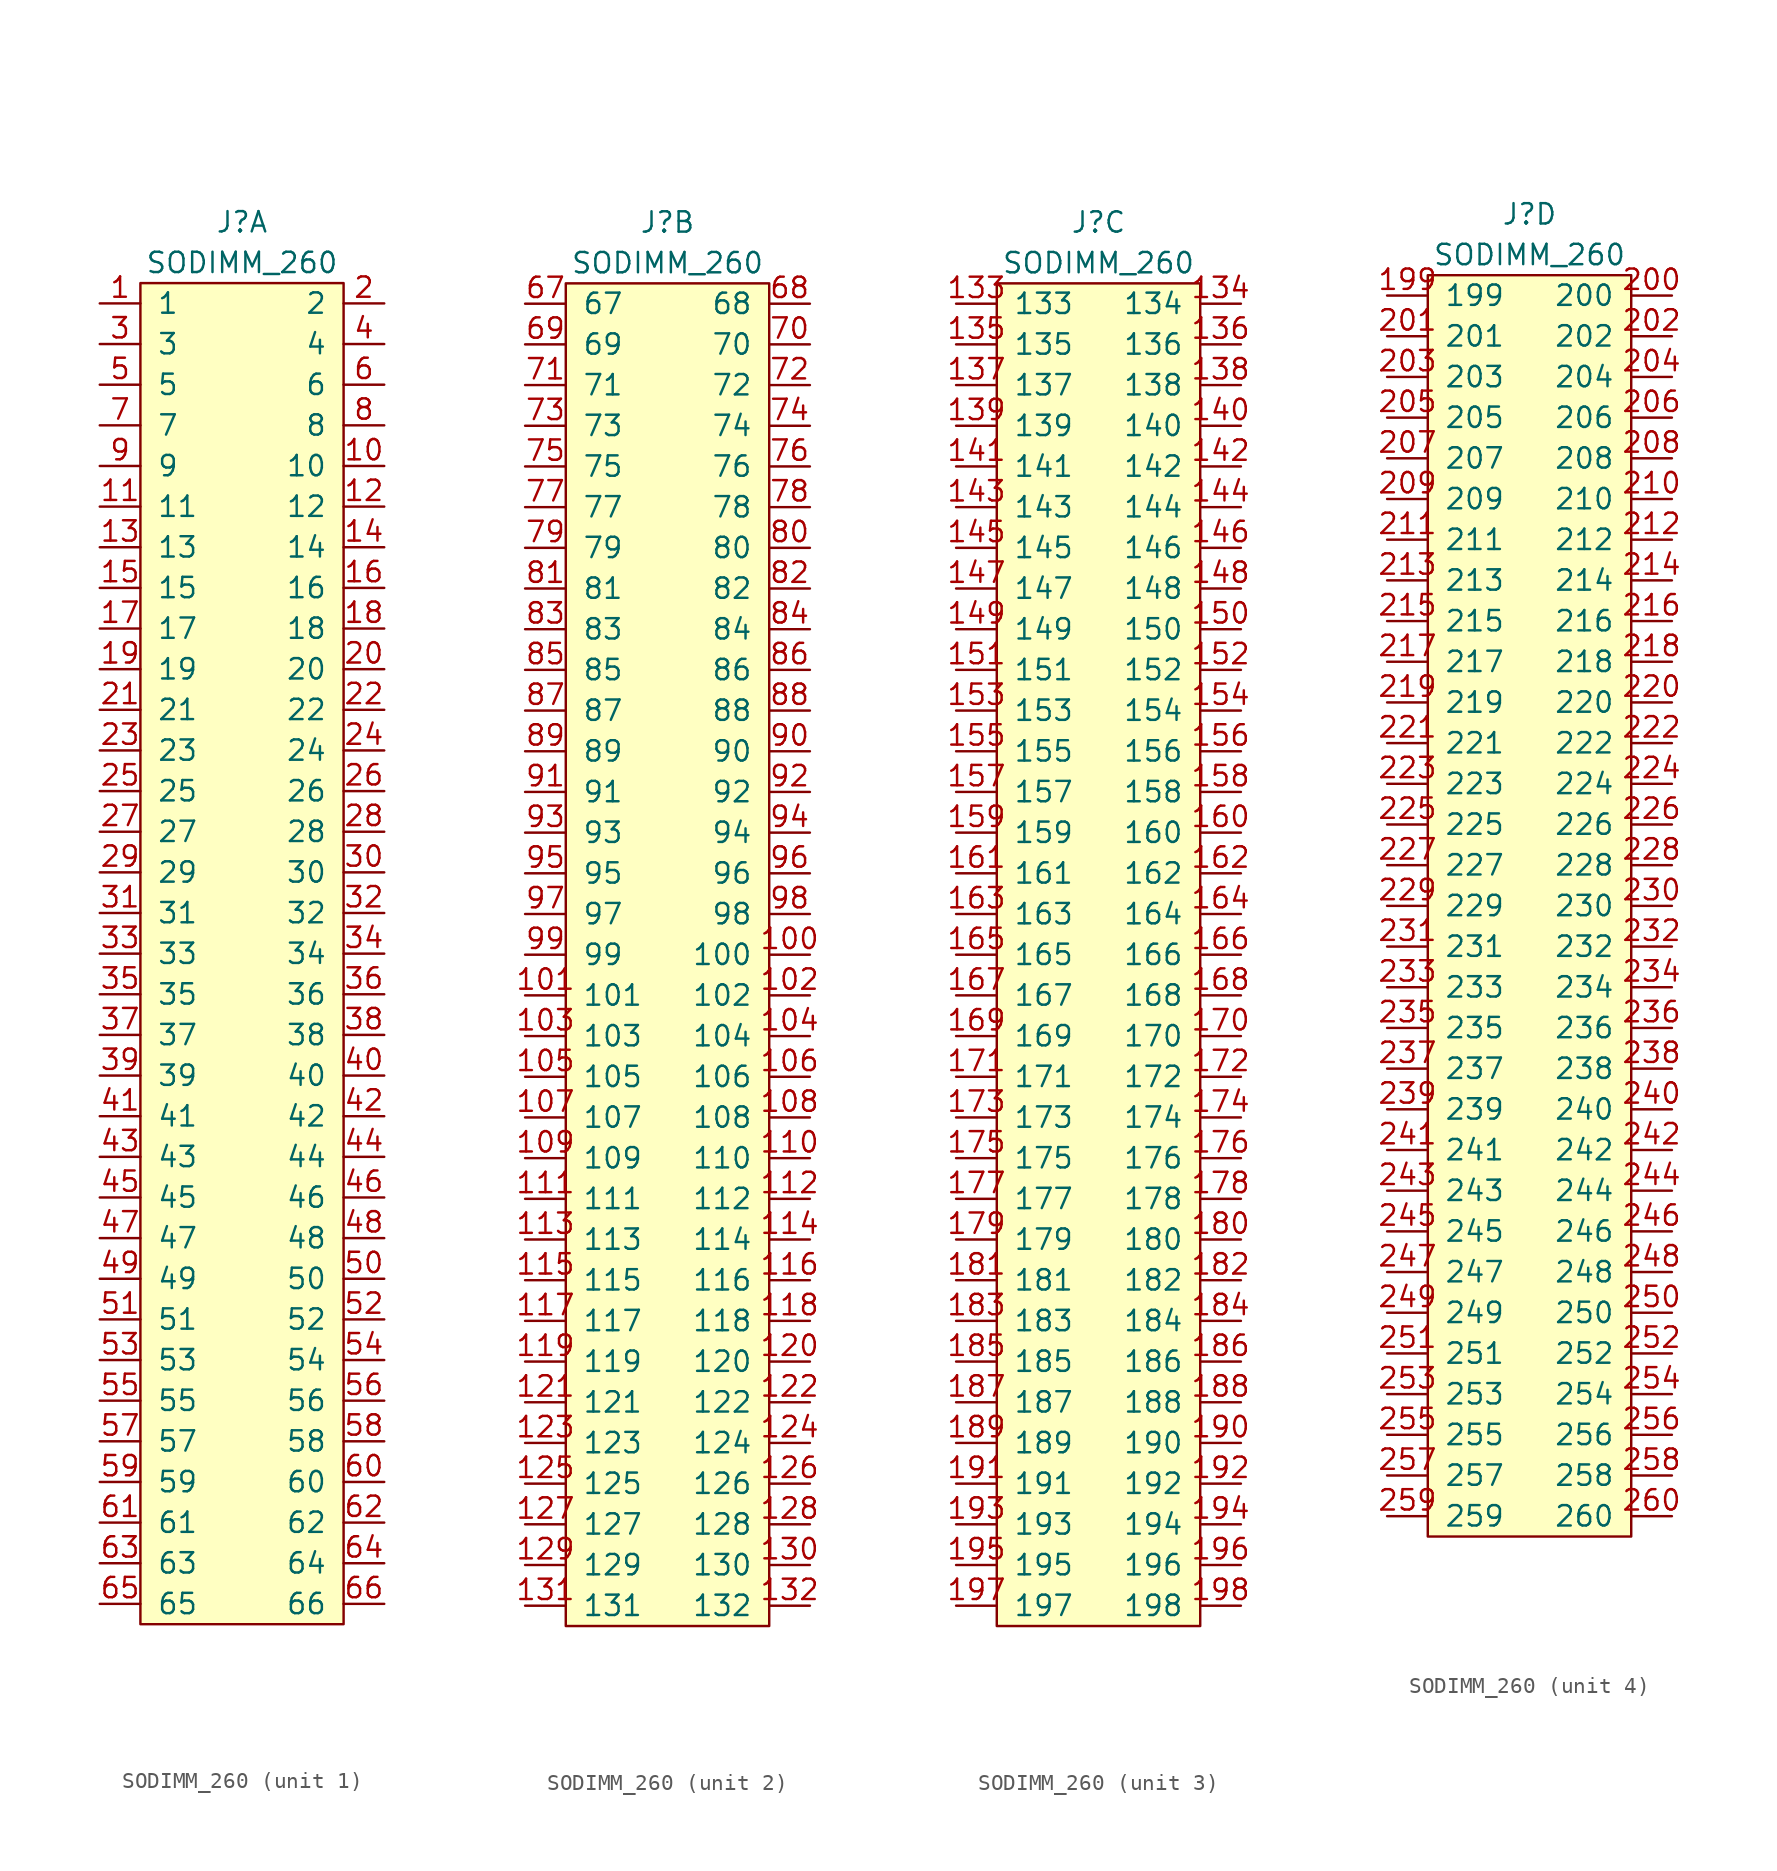
<source format=kicad_sym>
(kicad_symbol_lib
  (version 20211014)
  (generator kicad_symbol_editor)
  (symbol "SODIMM_260"
    (pin_names
      (offset 1.016))
    (property "Reference" "J"
      (at 0 13.97 0)
      (effects (font (size 1.27 1.27))))
    (property "Value" "SODIMM_260"
      (at 0 11.43 0)
      (effects (font (size 1.27 1.27))))
    (property "ki_locked" ""
      (at 0 0 0)
      (effects (font (size 1.27 1.27))))
    (symbol "SODIMM_260_1_1"
      (rectangle (start -6.35 10.16) (end 6.35 -73.66) (stroke (width 0) (type default) (color 0 0 0 0)) (fill (type background)))
      (pin bidirectional line (at -8.89 8.89 0) (length 2.54) (name "1" (effects (font (size 1.27 1.27)))) (number "1" (effects (font (size 1.27 1.27)))))
      (pin bidirectional line (at 8.89 -1.27 180) (length 2.54) (name "10" (effects (font (size 1.27 1.27)))) (number "10" (effects (font (size 1.27 1.27)))))
      (pin bidirectional line (at -8.89 -3.81 0) (length 2.54) (name "11" (effects (font (size 1.27 1.27)))) (number "11" (effects (font (size 1.27 1.27)))))
      (pin bidirectional line (at 8.89 -3.81 180) (length 2.54) (name "12" (effects (font (size 1.27 1.27)))) (number "12" (effects (font (size 1.27 1.27)))))
      (pin bidirectional line (at -8.89 -6.35 0) (length 2.54) (name "13" (effects (font (size 1.27 1.27)))) (number "13" (effects (font (size 1.27 1.27)))))
      (pin bidirectional line (at 8.89 -6.35 180) (length 2.54) (name "14" (effects (font (size 1.27 1.27)))) (number "14" (effects (font (size 1.27 1.27)))))
      (pin bidirectional line (at -8.89 -8.89 0) (length 2.54) (name "15" (effects (font (size 1.27 1.27)))) (number "15" (effects (font (size 1.27 1.27)))))
      (pin bidirectional line (at 8.89 -8.89 180) (length 2.54) (name "16" (effects (font (size 1.27 1.27)))) (number "16" (effects (font (size 1.27 1.27)))))
      (pin bidirectional line (at -8.89 -11.43 0) (length 2.54) (name "17" (effects (font (size 1.27 1.27)))) (number "17" (effects (font (size 1.27 1.27)))))
      (pin bidirectional line (at 8.89 -11.43 180) (length 2.54) (name "18" (effects (font (size 1.27 1.27)))) (number "18" (effects (font (size 1.27 1.27)))))
      (pin bidirectional line (at -8.89 -13.97 0) (length 2.54) (name "19" (effects (font (size 1.27 1.27)))) (number "19" (effects (font (size 1.27 1.27)))))
      (pin bidirectional line (at 8.89 8.89 180) (length 2.54) (name "2" (effects (font (size 1.27 1.27)))) (number "2" (effects (font (size 1.27 1.27)))))
      (pin bidirectional line (at 8.89 -13.97 180) (length 2.54) (name "20" (effects (font (size 1.27 1.27)))) (number "20" (effects (font (size 1.27 1.27)))))
      (pin bidirectional line (at -8.89 -16.51 0) (length 2.54) (name "21" (effects (font (size 1.27 1.27)))) (number "21" (effects (font (size 1.27 1.27)))))
      (pin bidirectional line (at 8.89 -16.51 180) (length 2.54) (name "22" (effects (font (size 1.27 1.27)))) (number "22" (effects (font (size 1.27 1.27)))))
      (pin bidirectional line (at -8.89 -19.05 0) (length 2.54) (name "23" (effects (font (size 1.27 1.27)))) (number "23" (effects (font (size 1.27 1.27)))))
      (pin bidirectional line (at 8.89 -19.05 180) (length 2.54) (name "24" (effects (font (size 1.27 1.27)))) (number "24" (effects (font (size 1.27 1.27)))))
      (pin bidirectional line (at -8.89 -21.59 0) (length 2.54) (name "25" (effects (font (size 1.27 1.27)))) (number "25" (effects (font (size 1.27 1.27)))))
      (pin bidirectional line (at 8.89 -21.59 180) (length 2.54) (name "26" (effects (font (size 1.27 1.27)))) (number "26" (effects (font (size 1.27 1.27)))))
      (pin bidirectional line (at -8.89 -24.13 0) (length 2.54) (name "27" (effects (font (size 1.27 1.27)))) (number "27" (effects (font (size 1.27 1.27)))))
      (pin bidirectional line (at 8.89 -24.13 180) (length 2.54) (name "28" (effects (font (size 1.27 1.27)))) (number "28" (effects (font (size 1.27 1.27)))))
      (pin bidirectional line (at -8.89 -26.67 0) (length 2.54) (name "29" (effects (font (size 1.27 1.27)))) (number "29" (effects (font (size 1.27 1.27)))))
      (pin bidirectional line (at -8.89 6.35 0) (length 2.54) (name "3" (effects (font (size 1.27 1.27)))) (number "3" (effects (font (size 1.27 1.27)))))
      (pin bidirectional line (at 8.89 -26.67 180) (length 2.54) (name "30" (effects (font (size 1.27 1.27)))) (number "30" (effects (font (size 1.27 1.27)))))
      (pin bidirectional line (at -8.89 -29.21 0) (length 2.54) (name "31" (effects (font (size 1.27 1.27)))) (number "31" (effects (font (size 1.27 1.27)))))
      (pin bidirectional line (at 8.89 -29.21 180) (length 2.54) (name "32" (effects (font (size 1.27 1.27)))) (number "32" (effects (font (size 1.27 1.27)))))
      (pin bidirectional line (at -8.89 -31.75 0) (length 2.54) (name "33" (effects (font (size 1.27 1.27)))) (number "33" (effects (font (size 1.27 1.27)))))
      (pin bidirectional line (at 8.89 -31.75 180) (length 2.54) (name "34" (effects (font (size 1.27 1.27)))) (number "34" (effects (font (size 1.27 1.27)))))
      (pin bidirectional line (at -8.89 -34.29 0) (length 2.54) (name "35" (effects (font (size 1.27 1.27)))) (number "35" (effects (font (size 1.27 1.27)))))
      (pin bidirectional line (at 8.89 -34.29 180) (length 2.54) (name "36" (effects (font (size 1.27 1.27)))) (number "36" (effects (font (size 1.27 1.27)))))
      (pin bidirectional line (at -8.89 -36.83 0) (length 2.54) (name "37" (effects (font (size 1.27 1.27)))) (number "37" (effects (font (size 1.27 1.27)))))
      (pin bidirectional line (at 8.89 -36.83 180) (length 2.54) (name "38" (effects (font (size 1.27 1.27)))) (number "38" (effects (font (size 1.27 1.27)))))
      (pin bidirectional line (at -8.89 -39.37 0) (length 2.54) (name "39" (effects (font (size 1.27 1.27)))) (number "39" (effects (font (size 1.27 1.27)))))
      (pin bidirectional line (at 8.89 6.35 180) (length 2.54) (name "4" (effects (font (size 1.27 1.27)))) (number "4" (effects (font (size 1.27 1.27)))))
      (pin bidirectional line (at 8.89 -39.37 180) (length 2.54) (name "40" (effects (font (size 1.27 1.27)))) (number "40" (effects (font (size 1.27 1.27)))))
      (pin bidirectional line (at -8.89 -41.91 0) (length 2.54) (name "41" (effects (font (size 1.27 1.27)))) (number "41" (effects (font (size 1.27 1.27)))))
      (pin bidirectional line (at 8.89 -41.91 180) (length 2.54) (name "42" (effects (font (size 1.27 1.27)))) (number "42" (effects (font (size 1.27 1.27)))))
      (pin bidirectional line (at -8.89 -44.45 0) (length 2.54) (name "43" (effects (font (size 1.27 1.27)))) (number "43" (effects (font (size 1.27 1.27)))))
      (pin bidirectional line (at 8.89 -44.45 180) (length 2.54) (name "44" (effects (font (size 1.27 1.27)))) (number "44" (effects (font (size 1.27 1.27)))))
      (pin bidirectional line (at -8.89 -46.99 0) (length 2.54) (name "45" (effects (font (size 1.27 1.27)))) (number "45" (effects (font (size 1.27 1.27)))))
      (pin bidirectional line (at 8.89 -46.99 180) (length 2.54) (name "46" (effects (font (size 1.27 1.27)))) (number "46" (effects (font (size 1.27 1.27)))))
      (pin bidirectional line (at -8.89 -49.53 0) (length 2.54) (name "47" (effects (font (size 1.27 1.27)))) (number "47" (effects (font (size 1.27 1.27)))))
      (pin bidirectional line (at 8.89 -49.53 180) (length 2.54) (name "48" (effects (font (size 1.27 1.27)))) (number "48" (effects (font (size 1.27 1.27)))))
      (pin bidirectional line (at -8.89 -52.07 0) (length 2.54) (name "49" (effects (font (size 1.27 1.27)))) (number "49" (effects (font (size 1.27 1.27)))))
      (pin bidirectional line (at -8.89 3.81 0) (length 2.54) (name "5" (effects (font (size 1.27 1.27)))) (number "5" (effects (font (size 1.27 1.27)))))
      (pin bidirectional line (at 8.89 -52.07 180) (length 2.54) (name "50" (effects (font (size 1.27 1.27)))) (number "50" (effects (font (size 1.27 1.27)))))
      (pin bidirectional line (at -8.89 -54.61 0) (length 2.54) (name "51" (effects (font (size 1.27 1.27)))) (number "51" (effects (font (size 1.27 1.27)))))
      (pin bidirectional line (at 8.89 -54.61 180) (length 2.54) (name "52" (effects (font (size 1.27 1.27)))) (number "52" (effects (font (size 1.27 1.27)))))
      (pin bidirectional line (at -8.89 -57.15 0) (length 2.54) (name "53" (effects (font (size 1.27 1.27)))) (number "53" (effects (font (size 1.27 1.27)))))
      (pin bidirectional line (at 8.89 -57.15 180) (length 2.54) (name "54" (effects (font (size 1.27 1.27)))) (number "54" (effects (font (size 1.27 1.27)))))
      (pin bidirectional line (at -8.89 -59.69 0) (length 2.54) (name "55" (effects (font (size 1.27 1.27)))) (number "55" (effects (font (size 1.27 1.27)))))
      (pin bidirectional line (at 8.89 -59.69 180) (length 2.54) (name "56" (effects (font (size 1.27 1.27)))) (number "56" (effects (font (size 1.27 1.27)))))
      (pin bidirectional line (at -8.89 -62.23 0) (length 2.54) (name "57" (effects (font (size 1.27 1.27)))) (number "57" (effects (font (size 1.27 1.27)))))
      (pin bidirectional line (at 8.89 -62.23 180) (length 2.54) (name "58" (effects (font (size 1.27 1.27)))) (number "58" (effects (font (size 1.27 1.27)))))
      (pin bidirectional line (at -8.89 -64.77 0) (length 2.54) (name "59" (effects (font (size 1.27 1.27)))) (number "59" (effects (font (size 1.27 1.27)))))
      (pin bidirectional line (at 8.89 3.81 180) (length 2.54) (name "6" (effects (font (size 1.27 1.27)))) (number "6" (effects (font (size 1.27 1.27)))))
      (pin bidirectional line (at 8.89 -64.77 180) (length 2.54) (name "60" (effects (font (size 1.27 1.27)))) (number "60" (effects (font (size 1.27 1.27)))))
      (pin bidirectional line (at -8.89 -67.31 0) (length 2.54) (name "61" (effects (font (size 1.27 1.27)))) (number "61" (effects (font (size 1.27 1.27)))))
      (pin bidirectional line (at 8.89 -67.31 180) (length 2.54) (name "62" (effects (font (size 1.27 1.27)))) (number "62" (effects (font (size 1.27 1.27)))))
      (pin bidirectional line (at -8.89 -69.85 0) (length 2.54) (name "63" (effects (font (size 1.27 1.27)))) (number "63" (effects (font (size 1.27 1.27)))))
      (pin bidirectional line (at 8.89 -69.85 180) (length 2.54) (name "64" (effects (font (size 1.27 1.27)))) (number "64" (effects (font (size 1.27 1.27)))))
      (pin bidirectional line (at -8.89 -72.39 0) (length 2.54) (name "65" (effects (font (size 1.27 1.27)))) (number "65" (effects (font (size 1.27 1.27)))))
      (pin bidirectional line (at 8.89 -72.39 180) (length 2.54) (name "66" (effects (font (size 1.27 1.27)))) (number "66" (effects (font (size 1.27 1.27)))))
      (pin bidirectional line (at -8.89 1.27 0) (length 2.54) (name "7" (effects (font (size 1.27 1.27)))) (number "7" (effects (font (size 1.27 1.27)))))
      (pin bidirectional line (at 8.89 1.27 180) (length 2.54) (name "8" (effects (font (size 1.27 1.27)))) (number "8" (effects (font (size 1.27 1.27)))))
      (pin bidirectional line (at -8.89 -1.27 0) (length 2.54) (name "9" (effects (font (size 1.27 1.27)))) (number "9" (effects (font (size 1.27 1.27))))))
    (symbol "SODIMM_260_2_1"
      (rectangle (start -6.35 10.16) (end 6.35 -73.66) (stroke (width 0) (type default) (color 0 0 0 0)) (fill (type background)))
      (pin bidirectional line (at 8.89 -31.75 180) (length 2.54) (name "100" (effects (font (size 1.27 1.27)))) (number "100" (effects (font (size 1.27 1.27)))))
      (pin bidirectional line (at -8.89 -34.29 0) (length 2.54) (name "101" (effects (font (size 1.27 1.27)))) (number "101" (effects (font (size 1.27 1.27)))))
      (pin bidirectional line (at 8.89 -34.29 180) (length 2.54) (name "102" (effects (font (size 1.27 1.27)))) (number "102" (effects (font (size 1.27 1.27)))))
      (pin bidirectional line (at -8.89 -36.83 0) (length 2.54) (name "103" (effects (font (size 1.27 1.27)))) (number "103" (effects (font (size 1.27 1.27)))))
      (pin bidirectional line (at 8.89 -36.83 180) (length 2.54) (name "104" (effects (font (size 1.27 1.27)))) (number "104" (effects (font (size 1.27 1.27)))))
      (pin bidirectional line (at -8.89 -39.37 0) (length 2.54) (name "105" (effects (font (size 1.27 1.27)))) (number "105" (effects (font (size 1.27 1.27)))))
      (pin bidirectional line (at 8.89 -39.37 180) (length 2.54) (name "106" (effects (font (size 1.27 1.27)))) (number "106" (effects (font (size 1.27 1.27)))))
      (pin bidirectional line (at -8.89 -41.91 0) (length 2.54) (name "107" (effects (font (size 1.27 1.27)))) (number "107" (effects (font (size 1.27 1.27)))))
      (pin bidirectional line (at 8.89 -41.91 180) (length 2.54) (name "108" (effects (font (size 1.27 1.27)))) (number "108" (effects (font (size 1.27 1.27)))))
      (pin bidirectional line (at -8.89 -44.45 0) (length 2.54) (name "109" (effects (font (size 1.27 1.27)))) (number "109" (effects (font (size 1.27 1.27)))))
      (pin bidirectional line (at 8.89 -44.45 180) (length 2.54) (name "110" (effects (font (size 1.27 1.27)))) (number "110" (effects (font (size 1.27 1.27)))))
      (pin bidirectional line (at -8.89 -46.99 0) (length 2.54) (name "111" (effects (font (size 1.27 1.27)))) (number "111" (effects (font (size 1.27 1.27)))))
      (pin bidirectional line (at 8.89 -46.99 180) (length 2.54) (name "112" (effects (font (size 1.27 1.27)))) (number "112" (effects (font (size 1.27 1.27)))))
      (pin bidirectional line (at -8.89 -49.53 0) (length 2.54) (name "113" (effects (font (size 1.27 1.27)))) (number "113" (effects (font (size 1.27 1.27)))))
      (pin bidirectional line (at 8.89 -49.53 180) (length 2.54) (name "114" (effects (font (size 1.27 1.27)))) (number "114" (effects (font (size 1.27 1.27)))))
      (pin bidirectional line (at -8.89 -52.07 0) (length 2.54) (name "115" (effects (font (size 1.27 1.27)))) (number "115" (effects (font (size 1.27 1.27)))))
      (pin bidirectional line (at 8.89 -52.07 180) (length 2.54) (name "116" (effects (font (size 1.27 1.27)))) (number "116" (effects (font (size 1.27 1.27)))))
      (pin bidirectional line (at -8.89 -54.61 0) (length 2.54) (name "117" (effects (font (size 1.27 1.27)))) (number "117" (effects (font (size 1.27 1.27)))))
      (pin bidirectional line (at 8.89 -54.61 180) (length 2.54) (name "118" (effects (font (size 1.27 1.27)))) (number "118" (effects (font (size 1.27 1.27)))))
      (pin bidirectional line (at -8.89 -57.15 0) (length 2.54) (name "119" (effects (font (size 1.27 1.27)))) (number "119" (effects (font (size 1.27 1.27)))))
      (pin bidirectional line (at 8.89 -57.15 180) (length 2.54) (name "120" (effects (font (size 1.27 1.27)))) (number "120" (effects (font (size 1.27 1.27)))))
      (pin bidirectional line (at -8.89 -59.69 0) (length 2.54) (name "121" (effects (font (size 1.27 1.27)))) (number "121" (effects (font (size 1.27 1.27)))))
      (pin bidirectional line (at 8.89 -59.69 180) (length 2.54) (name "122" (effects (font (size 1.27 1.27)))) (number "122" (effects (font (size 1.27 1.27)))))
      (pin bidirectional line (at -8.89 -62.23 0) (length 2.54) (name "123" (effects (font (size 1.27 1.27)))) (number "123" (effects (font (size 1.27 1.27)))))
      (pin bidirectional line (at 8.89 -62.23 180) (length 2.54) (name "124" (effects (font (size 1.27 1.27)))) (number "124" (effects (font (size 1.27 1.27)))))
      (pin bidirectional line (at -8.89 -64.77 0) (length 2.54) (name "125" (effects (font (size 1.27 1.27)))) (number "125" (effects (font (size 1.27 1.27)))))
      (pin bidirectional line (at 8.89 -64.77 180) (length 2.54) (name "126" (effects (font (size 1.27 1.27)))) (number "126" (effects (font (size 1.27 1.27)))))
      (pin bidirectional line (at -8.89 -67.31 0) (length 2.54) (name "127" (effects (font (size 1.27 1.27)))) (number "127" (effects (font (size 1.27 1.27)))))
      (pin bidirectional line (at 8.89 -67.31 180) (length 2.54) (name "128" (effects (font (size 1.27 1.27)))) (number "128" (effects (font (size 1.27 1.27)))))
      (pin bidirectional line (at -8.89 -69.85 0) (length 2.54) (name "129" (effects (font (size 1.27 1.27)))) (number "129" (effects (font (size 1.27 1.27)))))
      (pin bidirectional line (at 8.89 -69.85 180) (length 2.54) (name "130" (effects (font (size 1.27 1.27)))) (number "130" (effects (font (size 1.27 1.27)))))
      (pin bidirectional line (at -8.89 -72.39 0) (length 2.54) (name "131" (effects (font (size 1.27 1.27)))) (number "131" (effects (font (size 1.27 1.27)))))
      (pin bidirectional line (at 8.89 -72.39 180) (length 2.54) (name "132" (effects (font (size 1.27 1.27)))) (number "132" (effects (font (size 1.27 1.27)))))
      (pin bidirectional line (at -8.89 8.89 0) (length 2.54) (name "67" (effects (font (size 1.27 1.27)))) (number "67" (effects (font (size 1.27 1.27)))))
      (pin bidirectional line (at 8.89 8.89 180) (length 2.54) (name "68" (effects (font (size 1.27 1.27)))) (number "68" (effects (font (size 1.27 1.27)))))
      (pin bidirectional line (at -8.89 6.35 0) (length 2.54) (name "69" (effects (font (size 1.27 1.27)))) (number "69" (effects (font (size 1.27 1.27)))))
      (pin bidirectional line (at 8.89 6.35 180) (length 2.54) (name "70" (effects (font (size 1.27 1.27)))) (number "70" (effects (font (size 1.27 1.27)))))
      (pin bidirectional line (at -8.89 3.81 0) (length 2.54) (name "71" (effects (font (size 1.27 1.27)))) (number "71" (effects (font (size 1.27 1.27)))))
      (pin bidirectional line (at 8.89 3.81 180) (length 2.54) (name "72" (effects (font (size 1.27 1.27)))) (number "72" (effects (font (size 1.27 1.27)))))
      (pin bidirectional line (at -8.89 1.27 0) (length 2.54) (name "73" (effects (font (size 1.27 1.27)))) (number "73" (effects (font (size 1.27 1.27)))))
      (pin bidirectional line (at 8.89 1.27 180) (length 2.54) (name "74" (effects (font (size 1.27 1.27)))) (number "74" (effects (font (size 1.27 1.27)))))
      (pin bidirectional line (at -8.89 -1.27 0) (length 2.54) (name "75" (effects (font (size 1.27 1.27)))) (number "75" (effects (font (size 1.27 1.27)))))
      (pin bidirectional line (at 8.89 -1.27 180) (length 2.54) (name "76" (effects (font (size 1.27 1.27)))) (number "76" (effects (font (size 1.27 1.27)))))
      (pin bidirectional line (at -8.89 -3.81 0) (length 2.54) (name "77" (effects (font (size 1.27 1.27)))) (number "77" (effects (font (size 1.27 1.27)))))
      (pin bidirectional line (at 8.89 -3.81 180) (length 2.54) (name "78" (effects (font (size 1.27 1.27)))) (number "78" (effects (font (size 1.27 1.27)))))
      (pin bidirectional line (at -8.89 -6.35 0) (length 2.54) (name "79" (effects (font (size 1.27 1.27)))) (number "79" (effects (font (size 1.27 1.27)))))
      (pin bidirectional line (at 8.89 -6.35 180) (length 2.54) (name "80" (effects (font (size 1.27 1.27)))) (number "80" (effects (font (size 1.27 1.27)))))
      (pin bidirectional line (at -8.89 -8.89 0) (length 2.54) (name "81" (effects (font (size 1.27 1.27)))) (number "81" (effects (font (size 1.27 1.27)))))
      (pin bidirectional line (at 8.89 -8.89 180) (length 2.54) (name "82" (effects (font (size 1.27 1.27)))) (number "82" (effects (font (size 1.27 1.27)))))
      (pin bidirectional line (at -8.89 -11.43 0) (length 2.54) (name "83" (effects (font (size 1.27 1.27)))) (number "83" (effects (font (size 1.27 1.27)))))
      (pin bidirectional line (at 8.89 -11.43 180) (length 2.54) (name "84" (effects (font (size 1.27 1.27)))) (number "84" (effects (font (size 1.27 1.27)))))
      (pin bidirectional line (at -8.89 -13.97 0) (length 2.54) (name "85" (effects (font (size 1.27 1.27)))) (number "85" (effects (font (size 1.27 1.27)))))
      (pin bidirectional line (at 8.89 -13.97 180) (length 2.54) (name "86" (effects (font (size 1.27 1.27)))) (number "86" (effects (font (size 1.27 1.27)))))
      (pin bidirectional line (at -8.89 -16.51 0) (length 2.54) (name "87" (effects (font (size 1.27 1.27)))) (number "87" (effects (font (size 1.27 1.27)))))
      (pin bidirectional line (at 8.89 -16.51 180) (length 2.54) (name "88" (effects (font (size 1.27 1.27)))) (number "88" (effects (font (size 1.27 1.27)))))
      (pin bidirectional line (at -8.89 -19.05 0) (length 2.54) (name "89" (effects (font (size 1.27 1.27)))) (number "89" (effects (font (size 1.27 1.27)))))
      (pin bidirectional line (at 8.89 -19.05 180) (length 2.54) (name "90" (effects (font (size 1.27 1.27)))) (number "90" (effects (font (size 1.27 1.27)))))
      (pin bidirectional line (at -8.89 -21.59 0) (length 2.54) (name "91" (effects (font (size 1.27 1.27)))) (number "91" (effects (font (size 1.27 1.27)))))
      (pin bidirectional line (at 8.89 -21.59 180) (length 2.54) (name "92" (effects (font (size 1.27 1.27)))) (number "92" (effects (font (size 1.27 1.27)))))
      (pin bidirectional line (at -8.89 -24.13 0) (length 2.54) (name "93" (effects (font (size 1.27 1.27)))) (number "93" (effects (font (size 1.27 1.27)))))
      (pin bidirectional line (at 8.89 -24.13 180) (length 2.54) (name "94" (effects (font (size 1.27 1.27)))) (number "94" (effects (font (size 1.27 1.27)))))
      (pin bidirectional line (at -8.89 -26.67 0) (length 2.54) (name "95" (effects (font (size 1.27 1.27)))) (number "95" (effects (font (size 1.27 1.27)))))
      (pin bidirectional line (at 8.89 -26.67 180) (length 2.54) (name "96" (effects (font (size 1.27 1.27)))) (number "96" (effects (font (size 1.27 1.27)))))
      (pin bidirectional line (at -8.89 -29.21 0) (length 2.54) (name "97" (effects (font (size 1.27 1.27)))) (number "97" (effects (font (size 1.27 1.27)))))
      (pin bidirectional line (at 8.89 -29.21 180) (length 2.54) (name "98" (effects (font (size 1.27 1.27)))) (number "98" (effects (font (size 1.27 1.27)))))
      (pin bidirectional line (at -8.89 -31.75 0) (length 2.54) (name "99" (effects (font (size 1.27 1.27)))) (number "99" (effects (font (size 1.27 1.27))))))
    (symbol "SODIMM_260_3_1"
      (rectangle (start -6.35 10.16) (end 6.35 -73.66) (stroke (width 0) (type default) (color 0 0 0 0)) (fill (type background)))
      (pin bidirectional line (at -8.89 8.89 0) (length 2.54) (name "133" (effects (font (size 1.27 1.27)))) (number "133" (effects (font (size 1.27 1.27)))))
      (pin bidirectional line (at 8.89 8.89 180) (length 2.54) (name "134" (effects (font (size 1.27 1.27)))) (number "134" (effects (font (size 1.27 1.27)))))
      (pin bidirectional line (at -8.89 6.35 0) (length 2.54) (name "135" (effects (font (size 1.27 1.27)))) (number "135" (effects (font (size 1.27 1.27)))))
      (pin bidirectional line (at 8.89 6.35 180) (length 2.54) (name "136" (effects (font (size 1.27 1.27)))) (number "136" (effects (font (size 1.27 1.27)))))
      (pin bidirectional line (at -8.89 3.81 0) (length 2.54) (name "137" (effects (font (size 1.27 1.27)))) (number "137" (effects (font (size 1.27 1.27)))))
      (pin bidirectional line (at 8.89 3.81 180) (length 2.54) (name "138" (effects (font (size 1.27 1.27)))) (number "138" (effects (font (size 1.27 1.27)))))
      (pin bidirectional line (at -8.89 1.27 0) (length 2.54) (name "139" (effects (font (size 1.27 1.27)))) (number "139" (effects (font (size 1.27 1.27)))))
      (pin bidirectional line (at 8.89 1.27 180) (length 2.54) (name "140" (effects (font (size 1.27 1.27)))) (number "140" (effects (font (size 1.27 1.27)))))
      (pin bidirectional line (at -8.89 -1.27 0) (length 2.54) (name "141" (effects (font (size 1.27 1.27)))) (number "141" (effects (font (size 1.27 1.27)))))
      (pin bidirectional line (at 8.89 -1.27 180) (length 2.54) (name "142" (effects (font (size 1.27 1.27)))) (number "142" (effects (font (size 1.27 1.27)))))
      (pin bidirectional line (at -8.89 -3.81 0) (length 2.54) (name "143" (effects (font (size 1.27 1.27)))) (number "143" (effects (font (size 1.27 1.27)))))
      (pin bidirectional line (at 8.89 -3.81 180) (length 2.54) (name "144" (effects (font (size 1.27 1.27)))) (number "144" (effects (font (size 1.27 1.27)))))
      (pin bidirectional line (at -8.89 -6.35 0) (length 2.54) (name "145" (effects (font (size 1.27 1.27)))) (number "145" (effects (font (size 1.27 1.27)))))
      (pin bidirectional line (at 8.89 -6.35 180) (length 2.54) (name "146" (effects (font (size 1.27 1.27)))) (number "146" (effects (font (size 1.27 1.27)))))
      (pin bidirectional line (at -8.89 -8.89 0) (length 2.54) (name "147" (effects (font (size 1.27 1.27)))) (number "147" (effects (font (size 1.27 1.27)))))
      (pin bidirectional line (at 8.89 -8.89 180) (length 2.54) (name "148" (effects (font (size 1.27 1.27)))) (number "148" (effects (font (size 1.27 1.27)))))
      (pin bidirectional line (at -8.89 -11.43 0) (length 2.54) (name "149" (effects (font (size 1.27 1.27)))) (number "149" (effects (font (size 1.27 1.27)))))
      (pin bidirectional line (at 8.89 -11.43 180) (length 2.54) (name "150" (effects (font (size 1.27 1.27)))) (number "150" (effects (font (size 1.27 1.27)))))
      (pin bidirectional line (at -8.89 -13.97 0) (length 2.54) (name "151" (effects (font (size 1.27 1.27)))) (number "151" (effects (font (size 1.27 1.27)))))
      (pin bidirectional line (at 8.89 -13.97 180) (length 2.54) (name "152" (effects (font (size 1.27 1.27)))) (number "152" (effects (font (size 1.27 1.27)))))
      (pin bidirectional line (at -8.89 -16.51 0) (length 2.54) (name "153" (effects (font (size 1.27 1.27)))) (number "153" (effects (font (size 1.27 1.27)))))
      (pin bidirectional line (at 8.89 -16.51 180) (length 2.54) (name "154" (effects (font (size 1.27 1.27)))) (number "154" (effects (font (size 1.27 1.27)))))
      (pin bidirectional line (at -8.89 -19.05 0) (length 2.54) (name "155" (effects (font (size 1.27 1.27)))) (number "155" (effects (font (size 1.27 1.27)))))
      (pin bidirectional line (at 8.89 -19.05 180) (length 2.54) (name "156" (effects (font (size 1.27 1.27)))) (number "156" (effects (font (size 1.27 1.27)))))
      (pin bidirectional line (at -8.89 -21.59 0) (length 2.54) (name "157" (effects (font (size 1.27 1.27)))) (number "157" (effects (font (size 1.27 1.27)))))
      (pin bidirectional line (at 8.89 -21.59 180) (length 2.54) (name "158" (effects (font (size 1.27 1.27)))) (number "158" (effects (font (size 1.27 1.27)))))
      (pin bidirectional line (at -8.89 -24.13 0) (length 2.54) (name "159" (effects (font (size 1.27 1.27)))) (number "159" (effects (font (size 1.27 1.27)))))
      (pin bidirectional line (at 8.89 -24.13 180) (length 2.54) (name "160" (effects (font (size 1.27 1.27)))) (number "160" (effects (font (size 1.27 1.27)))))
      (pin bidirectional line (at -8.89 -26.67 0) (length 2.54) (name "161" (effects (font (size 1.27 1.27)))) (number "161" (effects (font (size 1.27 1.27)))))
      (pin bidirectional line (at 8.89 -26.67 180) (length 2.54) (name "162" (effects (font (size 1.27 1.27)))) (number "162" (effects (font (size 1.27 1.27)))))
      (pin bidirectional line (at -8.89 -29.21 0) (length 2.54) (name "163" (effects (font (size 1.27 1.27)))) (number "163" (effects (font (size 1.27 1.27)))))
      (pin bidirectional line (at 8.89 -29.21 180) (length 2.54) (name "164" (effects (font (size 1.27 1.27)))) (number "164" (effects (font (size 1.27 1.27)))))
      (pin bidirectional line (at -8.89 -31.75 0) (length 2.54) (name "165" (effects (font (size 1.27 1.27)))) (number "165" (effects (font (size 1.27 1.27)))))
      (pin bidirectional line (at 8.89 -31.75 180) (length 2.54) (name "166" (effects (font (size 1.27 1.27)))) (number "166" (effects (font (size 1.27 1.27)))))
      (pin bidirectional line (at -8.89 -34.29 0) (length 2.54) (name "167" (effects (font (size 1.27 1.27)))) (number "167" (effects (font (size 1.27 1.27)))))
      (pin bidirectional line (at 8.89 -34.29 180) (length 2.54) (name "168" (effects (font (size 1.27 1.27)))) (number "168" (effects (font (size 1.27 1.27)))))
      (pin bidirectional line (at -8.89 -36.83 0) (length 2.54) (name "169" (effects (font (size 1.27 1.27)))) (number "169" (effects (font (size 1.27 1.27)))))
      (pin bidirectional line (at 8.89 -36.83 180) (length 2.54) (name "170" (effects (font (size 1.27 1.27)))) (number "170" (effects (font (size 1.27 1.27)))))
      (pin bidirectional line (at -8.89 -39.37 0) (length 2.54) (name "171" (effects (font (size 1.27 1.27)))) (number "171" (effects (font (size 1.27 1.27)))))
      (pin bidirectional line (at 8.89 -39.37 180) (length 2.54) (name "172" (effects (font (size 1.27 1.27)))) (number "172" (effects (font (size 1.27 1.27)))))
      (pin bidirectional line (at -8.89 -41.91 0) (length 2.54) (name "173" (effects (font (size 1.27 1.27)))) (number "173" (effects (font (size 1.27 1.27)))))
      (pin bidirectional line (at 8.89 -41.91 180) (length 2.54) (name "174" (effects (font (size 1.27 1.27)))) (number "174" (effects (font (size 1.27 1.27)))))
      (pin bidirectional line (at -8.89 -44.45 0) (length 2.54) (name "175" (effects (font (size 1.27 1.27)))) (number "175" (effects (font (size 1.27 1.27)))))
      (pin bidirectional line (at 8.89 -44.45 180) (length 2.54) (name "176" (effects (font (size 1.27 1.27)))) (number "176" (effects (font (size 1.27 1.27)))))
      (pin bidirectional line (at -8.89 -46.99 0) (length 2.54) (name "177" (effects (font (size 1.27 1.27)))) (number "177" (effects (font (size 1.27 1.27)))))
      (pin bidirectional line (at 8.89 -46.99 180) (length 2.54) (name "178" (effects (font (size 1.27 1.27)))) (number "178" (effects (font (size 1.27 1.27)))))
      (pin bidirectional line (at -8.89 -49.53 0) (length 2.54) (name "179" (effects (font (size 1.27 1.27)))) (number "179" (effects (font (size 1.27 1.27)))))
      (pin bidirectional line (at 8.89 -49.53 180) (length 2.54) (name "180" (effects (font (size 1.27 1.27)))) (number "180" (effects (font (size 1.27 1.27)))))
      (pin bidirectional line (at -8.89 -52.07 0) (length 2.54) (name "181" (effects (font (size 1.27 1.27)))) (number "181" (effects (font (size 1.27 1.27)))))
      (pin bidirectional line (at 8.89 -52.07 180) (length 2.54) (name "182" (effects (font (size 1.27 1.27)))) (number "182" (effects (font (size 1.27 1.27)))))
      (pin bidirectional line (at -8.89 -54.61 0) (length 2.54) (name "183" (effects (font (size 1.27 1.27)))) (number "183" (effects (font (size 1.27 1.27)))))
      (pin bidirectional line (at 8.89 -54.61 180) (length 2.54) (name "184" (effects (font (size 1.27 1.27)))) (number "184" (effects (font (size 1.27 1.27)))))
      (pin bidirectional line (at -8.89 -57.15 0) (length 2.54) (name "185" (effects (font (size 1.27 1.27)))) (number "185" (effects (font (size 1.27 1.27)))))
      (pin bidirectional line (at 8.89 -57.15 180) (length 2.54) (name "186" (effects (font (size 1.27 1.27)))) (number "186" (effects (font (size 1.27 1.27)))))
      (pin bidirectional line (at -8.89 -59.69 0) (length 2.54) (name "187" (effects (font (size 1.27 1.27)))) (number "187" (effects (font (size 1.27 1.27)))))
      (pin bidirectional line (at 8.89 -59.69 180) (length 2.54) (name "188" (effects (font (size 1.27 1.27)))) (number "188" (effects (font (size 1.27 1.27)))))
      (pin bidirectional line (at -8.89 -62.23 0) (length 2.54) (name "189" (effects (font (size 1.27 1.27)))) (number "189" (effects (font (size 1.27 1.27)))))
      (pin bidirectional line (at 8.89 -62.23 180) (length 2.54) (name "190" (effects (font (size 1.27 1.27)))) (number "190" (effects (font (size 1.27 1.27)))))
      (pin bidirectional line (at -8.89 -64.77 0) (length 2.54) (name "191" (effects (font (size 1.27 1.27)))) (number "191" (effects (font (size 1.27 1.27)))))
      (pin bidirectional line (at 8.89 -64.77 180) (length 2.54) (name "192" (effects (font (size 1.27 1.27)))) (number "192" (effects (font (size 1.27 1.27)))))
      (pin bidirectional line (at -8.89 -67.31 0) (length 2.54) (name "193" (effects (font (size 1.27 1.27)))) (number "193" (effects (font (size 1.27 1.27)))))
      (pin bidirectional line (at 8.89 -67.31 180) (length 2.54) (name "194" (effects (font (size 1.27 1.27)))) (number "194" (effects (font (size 1.27 1.27)))))
      (pin bidirectional line (at -8.89 -69.85 0) (length 2.54) (name "195" (effects (font (size 1.27 1.27)))) (number "195" (effects (font (size 1.27 1.27)))))
      (pin bidirectional line (at 8.89 -69.85 180) (length 2.54) (name "196" (effects (font (size 1.27 1.27)))) (number "196" (effects (font (size 1.27 1.27)))))
      (pin bidirectional line (at -8.89 -72.39 0) (length 2.54) (name "197" (effects (font (size 1.27 1.27)))) (number "197" (effects (font (size 1.27 1.27)))))
      (pin bidirectional line (at 8.89 -72.39 180) (length 2.54) (name "198" (effects (font (size 1.27 1.27)))) (number "198" (effects (font (size 1.27 1.27))))))
    (symbol "SODIMM_260_4_1"
      (rectangle (start -6.35 10.16) (end 6.35 -68.58) (stroke (width 0) (type default) (color 0 0 0 0)) (fill (type background)))
      (pin bidirectional line (at -8.89 8.89 0) (length 2.54) (name "199" (effects (font (size 1.27 1.27)))) (number "199" (effects (font (size 1.27 1.27)))))
      (pin bidirectional line (at 8.89 8.89 180) (length 2.54) (name "200" (effects (font (size 1.27 1.27)))) (number "200" (effects (font (size 1.27 1.27)))))
      (pin bidirectional line (at -8.89 6.35 0) (length 2.54) (name "201" (effects (font (size 1.27 1.27)))) (number "201" (effects (font (size 1.27 1.27)))))
      (pin bidirectional line (at 8.89 6.35 180) (length 2.54) (name "202" (effects (font (size 1.27 1.27)))) (number "202" (effects (font (size 1.27 1.27)))))
      (pin bidirectional line (at -8.89 3.81 0) (length 2.54) (name "203" (effects (font (size 1.27 1.27)))) (number "203" (effects (font (size 1.27 1.27)))))
      (pin bidirectional line (at 8.89 3.81 180) (length 2.54) (name "204" (effects (font (size 1.27 1.27)))) (number "204" (effects (font (size 1.27 1.27)))))
      (pin bidirectional line (at -8.89 1.27 0) (length 2.54) (name "205" (effects (font (size 1.27 1.27)))) (number "205" (effects (font (size 1.27 1.27)))))
      (pin bidirectional line (at 8.89 1.27 180) (length 2.54) (name "206" (effects (font (size 1.27 1.27)))) (number "206" (effects (font (size 1.27 1.27)))))
      (pin bidirectional line (at -8.89 -1.27 0) (length 2.54) (name "207" (effects (font (size 1.27 1.27)))) (number "207" (effects (font (size 1.27 1.27)))))
      (pin bidirectional line (at 8.89 -1.27 180) (length 2.54) (name "208" (effects (font (size 1.27 1.27)))) (number "208" (effects (font (size 1.27 1.27)))))
      (pin bidirectional line (at -8.89 -3.81 0) (length 2.54) (name "209" (effects (font (size 1.27 1.27)))) (number "209" (effects (font (size 1.27 1.27)))))
      (pin bidirectional line (at 8.89 -3.81 180) (length 2.54) (name "210" (effects (font (size 1.27 1.27)))) (number "210" (effects (font (size 1.27 1.27)))))
      (pin bidirectional line (at -8.89 -6.35 0) (length 2.54) (name "211" (effects (font (size 1.27 1.27)))) (number "211" (effects (font (size 1.27 1.27)))))
      (pin bidirectional line (at 8.89 -6.35 180) (length 2.54) (name "212" (effects (font (size 1.27 1.27)))) (number "212" (effects (font (size 1.27 1.27)))))
      (pin bidirectional line (at -8.89 -8.89 0) (length 2.54) (name "213" (effects (font (size 1.27 1.27)))) (number "213" (effects (font (size 1.27 1.27)))))
      (pin bidirectional line (at 8.89 -8.89 180) (length 2.54) (name "214" (effects (font (size 1.27 1.27)))) (number "214" (effects (font (size 1.27 1.27)))))
      (pin bidirectional line (at -8.89 -11.43 0) (length 2.54) (name "215" (effects (font (size 1.27 1.27)))) (number "215" (effects (font (size 1.27 1.27)))))
      (pin bidirectional line (at 8.89 -11.43 180) (length 2.54) (name "216" (effects (font (size 1.27 1.27)))) (number "216" (effects (font (size 1.27 1.27)))))
      (pin bidirectional line (at -8.89 -13.97 0) (length 2.54) (name "217" (effects (font (size 1.27 1.27)))) (number "217" (effects (font (size 1.27 1.27)))))
      (pin bidirectional line (at 8.89 -13.97 180) (length 2.54) (name "218" (effects (font (size 1.27 1.27)))) (number "218" (effects (font (size 1.27 1.27)))))
      (pin bidirectional line (at -8.89 -16.51 0) (length 2.54) (name "219" (effects (font (size 1.27 1.27)))) (number "219" (effects (font (size 1.27 1.27)))))
      (pin bidirectional line (at 8.89 -16.51 180) (length 2.54) (name "220" (effects (font (size 1.27 1.27)))) (number "220" (effects (font (size 1.27 1.27)))))
      (pin bidirectional line (at -8.89 -19.05 0) (length 2.54) (name "221" (effects (font (size 1.27 1.27)))) (number "221" (effects (font (size 1.27 1.27)))))
      (pin bidirectional line (at 8.89 -19.05 180) (length 2.54) (name "222" (effects (font (size 1.27 1.27)))) (number "222" (effects (font (size 1.27 1.27)))))
      (pin bidirectional line (at -8.89 -21.59 0) (length 2.54) (name "223" (effects (font (size 1.27 1.27)))) (number "223" (effects (font (size 1.27 1.27)))))
      (pin bidirectional line (at 8.89 -21.59 180) (length 2.54) (name "224" (effects (font (size 1.27 1.27)))) (number "224" (effects (font (size 1.27 1.27)))))
      (pin bidirectional line (at -8.89 -24.13 0) (length 2.54) (name "225" (effects (font (size 1.27 1.27)))) (number "225" (effects (font (size 1.27 1.27)))))
      (pin bidirectional line (at 8.89 -24.13 180) (length 2.54) (name "226" (effects (font (size 1.27 1.27)))) (number "226" (effects (font (size 1.27 1.27)))))
      (pin bidirectional line (at -8.89 -26.67 0) (length 2.54) (name "227" (effects (font (size 1.27 1.27)))) (number "227" (effects (font (size 1.27 1.27)))))
      (pin bidirectional line (at 8.89 -26.67 180) (length 2.54) (name "228" (effects (font (size 1.27 1.27)))) (number "228" (effects (font (size 1.27 1.27)))))
      (pin bidirectional line (at -8.89 -29.21 0) (length 2.54) (name "229" (effects (font (size 1.27 1.27)))) (number "229" (effects (font (size 1.27 1.27)))))
      (pin bidirectional line (at 8.89 -29.21 180) (length 2.54) (name "230" (effects (font (size 1.27 1.27)))) (number "230" (effects (font (size 1.27 1.27)))))
      (pin bidirectional line (at -8.89 -31.75 0) (length 2.54) (name "231" (effects (font (size 1.27 1.27)))) (number "231" (effects (font (size 1.27 1.27)))))
      (pin bidirectional line (at 8.89 -31.75 180) (length 2.54) (name "232" (effects (font (size 1.27 1.27)))) (number "232" (effects (font (size 1.27 1.27)))))
      (pin bidirectional line (at -8.89 -34.29 0) (length 2.54) (name "233" (effects (font (size 1.27 1.27)))) (number "233" (effects (font (size 1.27 1.27)))))
      (pin bidirectional line (at 8.89 -34.29 180) (length 2.54) (name "234" (effects (font (size 1.27 1.27)))) (number "234" (effects (font (size 1.27 1.27)))))
      (pin bidirectional line (at -8.89 -36.83 0) (length 2.54) (name "235" (effects (font (size 1.27 1.27)))) (number "235" (effects (font (size 1.27 1.27)))))
      (pin bidirectional line (at 8.89 -36.83 180) (length 2.54) (name "236" (effects (font (size 1.27 1.27)))) (number "236" (effects (font (size 1.27 1.27)))))
      (pin bidirectional line (at -8.89 -39.37 0) (length 2.54) (name "237" (effects (font (size 1.27 1.27)))) (number "237" (effects (font (size 1.27 1.27)))))
      (pin bidirectional line (at 8.89 -39.37 180) (length 2.54) (name "238" (effects (font (size 1.27 1.27)))) (number "238" (effects (font (size 1.27 1.27)))))
      (pin bidirectional line (at -8.89 -41.91 0) (length 2.54) (name "239" (effects (font (size 1.27 1.27)))) (number "239" (effects (font (size 1.27 1.27)))))
      (pin bidirectional line (at 8.89 -41.91 180) (length 2.54) (name "240" (effects (font (size 1.27 1.27)))) (number "240" (effects (font (size 1.27 1.27)))))
      (pin bidirectional line (at -8.89 -44.45 0) (length 2.54) (name "241" (effects (font (size 1.27 1.27)))) (number "241" (effects (font (size 1.27 1.27)))))
      (pin bidirectional line (at 8.89 -44.45 180) (length 2.54) (name "242" (effects (font (size 1.27 1.27)))) (number "242" (effects (font (size 1.27 1.27)))))
      (pin bidirectional line (at -8.89 -46.99 0) (length 2.54) (name "243" (effects (font (size 1.27 1.27)))) (number "243" (effects (font (size 1.27 1.27)))))
      (pin bidirectional line (at 8.89 -46.99 180) (length 2.54) (name "244" (effects (font (size 1.27 1.27)))) (number "244" (effects (font (size 1.27 1.27)))))
      (pin bidirectional line (at -8.89 -49.53 0) (length 2.54) (name "245" (effects (font (size 1.27 1.27)))) (number "245" (effects (font (size 1.27 1.27)))))
      (pin bidirectional line (at 8.89 -49.53 180) (length 2.54) (name "246" (effects (font (size 1.27 1.27)))) (number "246" (effects (font (size 1.27 1.27)))))
      (pin bidirectional line (at -8.89 -52.07 0) (length 2.54) (name "247" (effects (font (size 1.27 1.27)))) (number "247" (effects (font (size 1.27 1.27)))))
      (pin bidirectional line (at 8.89 -52.07 180) (length 2.54) (name "248" (effects (font (size 1.27 1.27)))) (number "248" (effects (font (size 1.27 1.27)))))
      (pin bidirectional line (at -8.89 -54.61 0) (length 2.54) (name "249" (effects (font (size 1.27 1.27)))) (number "249" (effects (font (size 1.27 1.27)))))
      (pin bidirectional line (at 8.89 -54.61 180) (length 2.54) (name "250" (effects (font (size 1.27 1.27)))) (number "250" (effects (font (size 1.27 1.27)))))
      (pin bidirectional line (at -8.89 -57.15 0) (length 2.54) (name "251" (effects (font (size 1.27 1.27)))) (number "251" (effects (font (size 1.27 1.27)))))
      (pin bidirectional line (at 8.89 -57.15 180) (length 2.54) (name "252" (effects (font (size 1.27 1.27)))) (number "252" (effects (font (size 1.27 1.27)))))
      (pin bidirectional line (at -8.89 -59.69 0) (length 2.54) (name "253" (effects (font (size 1.27 1.27)))) (number "253" (effects (font (size 1.27 1.27)))))
      (pin bidirectional line (at 8.89 -59.69 180) (length 2.54) (name "254" (effects (font (size 1.27 1.27)))) (number "254" (effects (font (size 1.27 1.27)))))
      (pin bidirectional line (at -8.89 -62.23 0) (length 2.54) (name "255" (effects (font (size 1.27 1.27)))) (number "255" (effects (font (size 1.27 1.27)))))
      (pin bidirectional line (at 8.89 -62.23 180) (length 2.54) (name "256" (effects (font (size 1.27 1.27)))) (number "256" (effects (font (size 1.27 1.27)))))
      (pin bidirectional line (at -8.89 -64.77 0) (length 2.54) (name "257" (effects (font (size 1.27 1.27)))) (number "257" (effects (font (size 1.27 1.27)))))
      (pin bidirectional line (at 8.89 -64.77 180) (length 2.54) (name "258" (effects (font (size 1.27 1.27)))) (number "258" (effects (font (size 1.27 1.27)))))
      (pin bidirectional line (at -8.89 -67.31 0) (length 2.54) (name "259" (effects (font (size 1.27 1.27)))) (number "259" (effects (font (size 1.27 1.27)))))
      (pin bidirectional line (at 8.89 -67.31 180) (length 2.54) (name "260" (effects (font (size 1.27 1.27)))) (number "260" (effects (font (size 1.27 1.27))))))))
</source>
